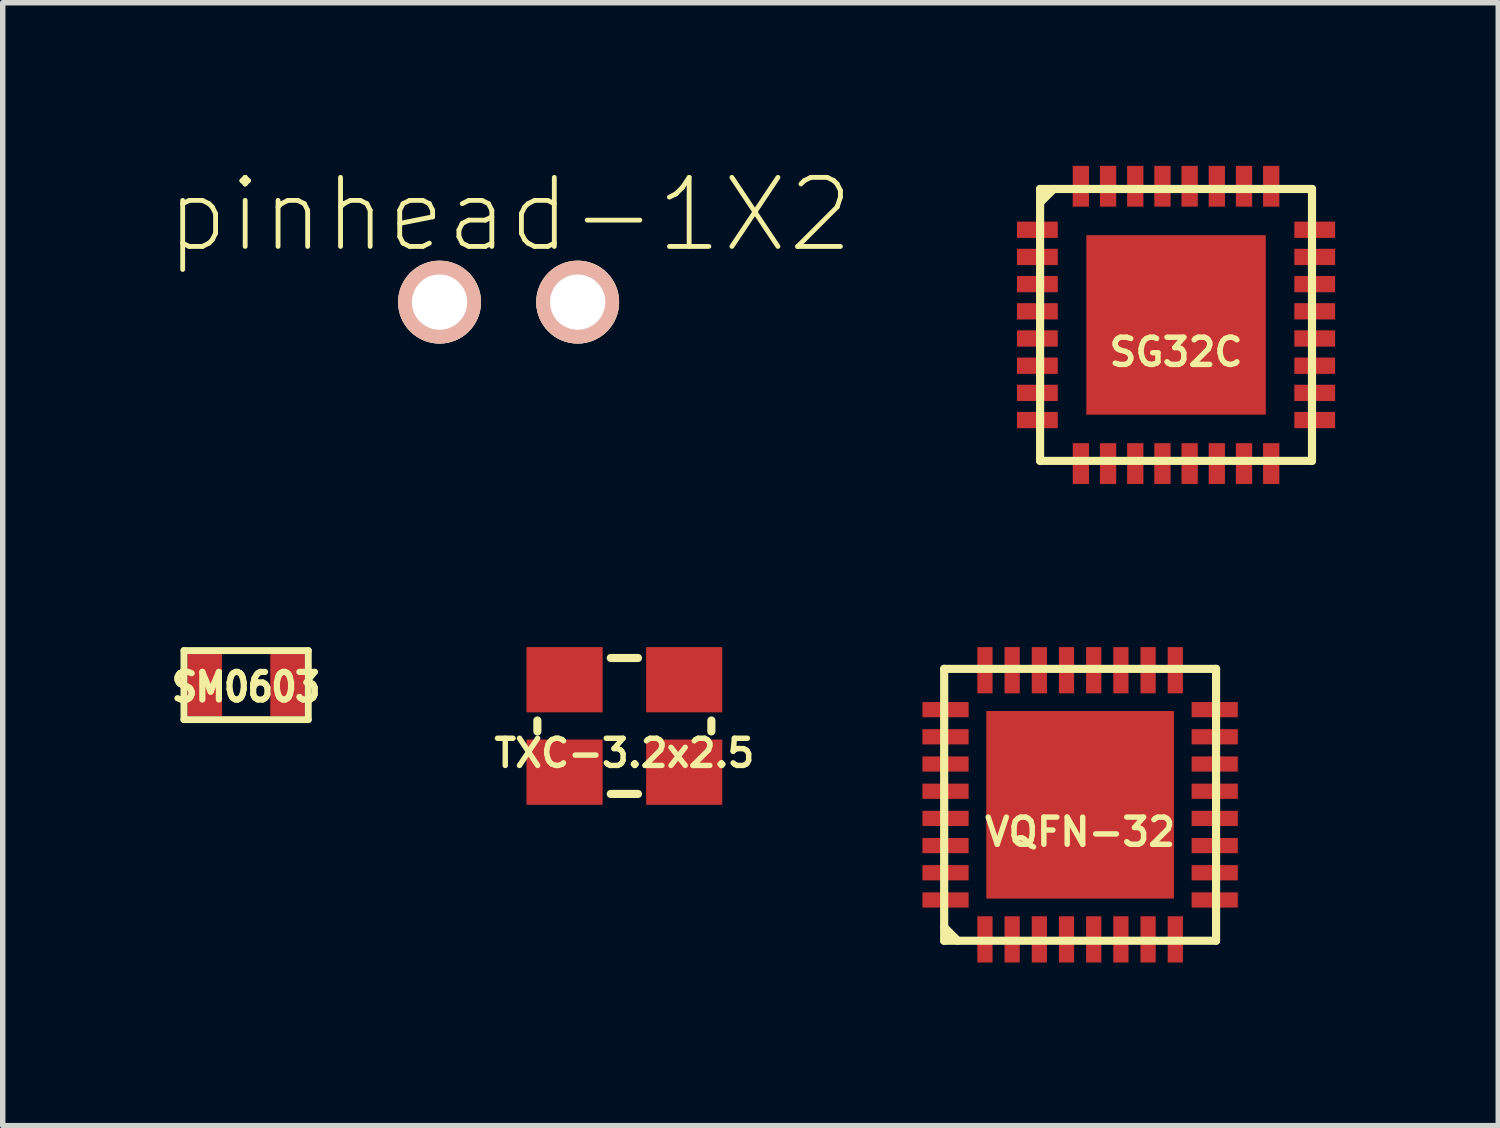
<source format=kicad_pcb>
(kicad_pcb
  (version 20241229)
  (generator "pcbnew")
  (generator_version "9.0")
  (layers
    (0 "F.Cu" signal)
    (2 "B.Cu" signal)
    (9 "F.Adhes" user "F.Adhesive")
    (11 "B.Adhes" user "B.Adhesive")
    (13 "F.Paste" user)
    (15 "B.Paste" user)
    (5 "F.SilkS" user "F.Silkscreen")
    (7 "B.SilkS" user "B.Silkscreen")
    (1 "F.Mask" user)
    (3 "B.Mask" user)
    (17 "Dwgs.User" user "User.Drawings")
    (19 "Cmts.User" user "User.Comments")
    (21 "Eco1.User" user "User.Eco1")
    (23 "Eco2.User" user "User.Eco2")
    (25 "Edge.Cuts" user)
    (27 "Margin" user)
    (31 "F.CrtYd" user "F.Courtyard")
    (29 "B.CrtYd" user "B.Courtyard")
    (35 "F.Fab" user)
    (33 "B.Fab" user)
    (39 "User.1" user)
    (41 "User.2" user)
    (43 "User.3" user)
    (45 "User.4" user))
  (footprint "SM0603"
    (layer "F.Cu")
    (at 1.476 9.549)
    (property "Reference" "SM0603" (at 0 0.036 0) (layer "F.SilkS") (effects (font (size 0.508 0.457) (thickness 0.114))))
    (attr smd)
    (fp_line (start -1.143 -0.635) (end 1.143 -0.635) (stroke (width 0.127) (type solid)) (layer "F.SilkS"))
    (fp_line (start -1.143 0.635) (end -1.143 -0.635) (stroke (width 0.127) (type solid)) (layer "F.SilkS"))
    (fp_line (start 1.143 -0.635) (end 1.143 0.635) (stroke (width 0.127) (type solid)) (layer "F.SilkS"))
    (fp_line (start 1.143 0.635) (end -1.143 0.635) (stroke (width 0.127) (type solid)) (layer "F.SilkS"))
    (pad "1" smd rect (at -0.762 0) (size 0.635 1.143) (layers "F.Cu" "F.Mask" "F.Paste"))
    (pad "2" smd rect (at 0.762 0) (size 0.635 1.143) (layers "F.Cu" "F.Mask" "F.Paste")))
  (footprint "VQFN-32"
    (layer "F.Cu")
    (at 16.813 11.75)
    (property "Reference" "VQFN-32" (at 0 0.5 0) (layer "F.SilkS") (effects (font (size 0.5 0.5) (thickness 0.1))))
    (attr through_hole)
    (fp_line (start -2.5 -2.5) (end -2.5 2.5) (stroke (width 0.15) (type solid)) (layer "F.SilkS"))
    (fp_line (start -2.5 -2.5) (end 2.5 -2.5) (stroke (width 0.15) (type solid)) (layer "F.SilkS"))
    (fp_line (start -2.5 2.25) (end -2.25 2.5) (stroke (width 0.15) (type solid)) (layer "F.SilkS"))
    (fp_line (start -2.5 2.5) (end 2.5 2.5) (stroke (width 0.15) (type solid)) (layer "F.SilkS"))
    (fp_line (start 2.5 -2.5) (end 2.5 2.5) (stroke (width 0.15) (type solid)) (layer "F.SilkS"))
    (pad "1" smd rect (at -1.75 2.475) (size 0.28 0.85) (layers "F.Cu" "F.Mask" "F.Paste"))
    (pad "2" smd rect (at -1.25 2.475) (size 0.28 0.85) (layers "F.Cu" "F.Mask" "F.Paste"))
    (pad "3" smd rect (at -0.75 2.475) (size 0.28 0.85) (layers "F.Cu" "F.Mask" "F.Paste"))
    (pad "4" smd rect (at -0.25 2.475) (size 0.28 0.85) (layers "F.Cu" "F.Mask" "F.Paste"))
    (pad "5" smd rect (at 0.25 2.475) (size 0.28 0.85) (layers "F.Cu" "F.Mask" "F.Paste"))
    (pad "6" smd rect (at 0.75 2.475) (size 0.28 0.85) (layers "F.Cu" "F.Mask" "F.Paste"))
    (pad "7" smd rect (at 1.25 2.475) (size 0.28 0.85) (layers "F.Cu" "F.Mask" "F.Paste"))
    (pad "8" smd rect (at 1.75 2.475) (size 0.28 0.85) (layers "F.Cu" "F.Mask" "F.Paste"))
    (pad "9" smd rect (at 2.475 1.75) (size 0.85 0.28) (layers "F.Cu" "F.Mask" "F.Paste"))
    (pad "10" smd rect (at 2.475 1.25) (size 0.85 0.28) (layers "F.Cu" "F.Mask" "F.Paste"))
    (pad "11" smd rect (at 2.475 0.75) (size 0.85 0.28) (layers "F.Cu" "F.Mask" "F.Paste"))
    (pad "12" smd rect (at 2.475 0.25) (size 0.85 0.28) (layers "F.Cu" "F.Mask" "F.Paste"))
    (pad "13" smd rect (at 2.475 -0.25) (size 0.85 0.28) (layers "F.Cu" "F.Mask" "F.Paste"))
    (pad "14" smd rect (at 2.475 -0.75) (size 0.85 0.28) (layers "F.Cu" "F.Mask" "F.Paste"))
    (pad "15" smd rect (at 2.475 -1.25) (size 0.85 0.28) (layers "F.Cu" "F.Mask" "F.Paste"))
    (pad "16" smd rect (at 2.475 -1.75) (size 0.85 0.28) (layers "F.Cu" "F.Mask" "F.Paste"))
    (pad "17" smd rect (at 1.75 -2.475) (size 0.28 0.85) (layers "F.Cu" "F.Mask" "F.Paste"))
    (pad "18" smd rect (at 1.25 -2.475) (size 0.28 0.85) (layers "F.Cu" "F.Mask" "F.Paste"))
    (pad "19" smd rect (at 0.75 -2.475) (size 0.28 0.85) (layers "F.Cu" "F.Mask" "F.Paste"))
    (pad "20" smd rect (at 0.25 -2.475) (size 0.28 0.85) (layers "F.Cu" "F.Mask" "F.Paste"))
    (pad "21" smd rect (at -0.25 -2.475) (size 0.28 0.85) (layers "F.Cu" "F.Mask" "F.Paste"))
    (pad "22" smd rect (at -0.75 -2.475) (size 0.28 0.85) (layers "F.Cu" "F.Mask" "F.Paste"))
    (pad "23" smd rect (at -1.25 -2.475) (size 0.28 0.85) (layers "F.Cu" "F.Mask" "F.Paste"))
    (pad "24" smd rect (at -1.75 -2.475) (size 0.28 0.85) (layers "F.Cu" "F.Mask" "F.Paste"))
    (pad "25" smd rect (at -2.475 -1.75) (size 0.85 0.28) (layers "F.Cu" "F.Mask" "F.Paste"))
    (pad "26" smd rect (at -2.475 -1.25) (size 0.85 0.28) (layers "F.Cu" "F.Mask" "F.Paste"))
    (pad "27" smd rect (at -2.475 -0.75) (size 0.85 0.28) (layers "F.Cu" "F.Mask" "F.Paste"))
    (pad "28" smd rect (at -2.475 -0.25) (size 0.85 0.28) (layers "F.Cu" "F.Mask" "F.Paste"))
    (pad "29" smd rect (at -2.475 0.25) (size 0.85 0.28) (layers "F.Cu" "F.Mask" "F.Paste"))
    (pad "30" smd rect (at -2.475 0.75) (size 0.85 0.28) (layers "F.Cu" "F.Mask" "F.Paste"))
    (pad "31" smd rect (at -2.475 1.25) (size 0.85 0.28) (layers "F.Cu" "F.Mask" "F.Paste"))
    (pad "32" smd rect (at -2.475 1.75) (size 0.85 0.28) (layers "F.Cu" "F.Mask" "F.Paste"))
    (pad "T" smd rect (at 0 0) (size 3.45 3.45) (layers "F.Cu" "F.Mask" "F.Paste")))
  (footprint "TXC-3.2x2.5"
    (layer "F.Cu")
    (at 8.432 10.3)
    (property "Reference" "TXC-3.2x2.5" (at 0 0.5 0) (layer "F.SilkS") (effects (font (size 0.5 0.5) (thickness 0.1))))
    (attr through_hole)
    (fp_line (start -1.6 0.1) (end -1.6 -0.1) (stroke (width 0.15) (type solid)) (layer "F.SilkS"))
    (fp_line (start -0.25 -1.25) (end 0.25 -1.25) (stroke (width 0.15) (type solid)) (layer "F.SilkS"))
    (fp_line (start -0.25 1.25) (end 0.25 1.25) (stroke (width 0.15) (type solid)) (layer "F.SilkS"))
    (fp_line (start 1.6 0.1) (end 1.6 -0.1) (stroke (width 0.15) (type solid)) (layer "F.SilkS"))
    (pad "1" smd rect (at -1.1 0.85) (size 1.4 1.2) (layers "F.Cu" "F.Mask" "F.Paste"))
    (pad "2" smd rect (at 1.1 0.85) (size 1.4 1.2) (layers "F.Cu" "F.Mask" "F.Paste"))
    (pad "3" smd rect (at 1.1 -0.85) (size 1.4 1.2) (layers "F.Cu" "F.Mask" "F.Paste"))
    (pad "4" smd rect (at -1.1 -0.85) (size 1.4 1.2) (layers "F.Cu" "F.Mask" "F.Paste")))
  (footprint "pinhead-1X2"
    (layer "F.Cu")
    (at 6.263 2.486)
    (property "Reference" "pinhead-1X2" (at 0.064 -1.587 0) (layer "F.SilkS") (effects (font (size 1.27 1.27) (thickness 0.089))))
    (attr exclude_from_pos_files exclude_from_bom)
    (pad "1" thru_hole circle (at -1.23 0.02) (size 1.524 1.524) (drill 1.016) (layers "*.Cu" "*.Paste" "*.SilkS" "*.Mask"))
    (pad "2" thru_hole circle (at 1.31 0.02) (size 1.524 1.524) (drill 1.016) (layers "*.Cu" "*.Paste" "*.SilkS" "*.Mask")))
  (footprint "SG32C"
    (layer "F.Cu")
    (at 18.577 2.925)
    (property "Reference" "SG32C" (at 0 0.5 0) (layer "F.SilkS") (effects (font (size 0.5 0.5) (thickness 0.1))))
    (attr through_hole)
    (fp_line (start -2.5 -2.5) (end -2.5 2.5) (stroke (width 0.15) (type solid)) (layer "F.SilkS"))
    (fp_line (start -2.5 -2.5) (end 2.5 -2.5) (stroke (width 0.15) (type solid)) (layer "F.SilkS"))
    (fp_line (start -2.5 -2.25) (end -2.25 -2.5) (stroke (width 0.15) (type solid)) (layer "F.SilkS"))
    (fp_line (start -2.5 2.5) (end 2.5 2.5) (stroke (width 0.15) (type solid)) (layer "F.SilkS"))
    (fp_line (start 2.5 -2.5) (end 2.5 2.5) (stroke (width 0.15) (type solid)) (layer "F.SilkS"))
    (pad "1" smd rect (at -2.55 -1.75) (size 0.75 0.3) (layers "F.Cu" "F.Mask" "F.Paste"))
    (pad "2" smd rect (at -2.55 -1.25) (size 0.75 0.3) (layers "F.Cu" "F.Mask" "F.Paste"))
    (pad "3" smd rect (at -2.55 -0.75) (size 0.75 0.3) (layers "F.Cu" "F.Mask" "F.Paste"))
    (pad "4" smd rect (at -2.55 -0.25) (size 0.75 0.3) (layers "F.Cu" "F.Mask" "F.Paste"))
    (pad "5" smd rect (at -2.55 0.25) (size 0.75 0.3) (layers "F.Cu" "F.Mask" "F.Paste"))
    (pad "6" smd rect (at -2.55 0.75) (size 0.75 0.3) (layers "F.Cu" "F.Mask" "F.Paste"))
    (pad "7" smd rect (at -2.55 1.25) (size 0.75 0.3) (layers "F.Cu" "F.Mask" "F.Paste"))
    (pad "8" smd rect (at -2.55 1.75) (size 0.75 0.3) (layers "F.Cu" "F.Mask" "F.Paste"))
    (pad "9" smd rect (at -1.75 2.55) (size 0.3 0.75) (layers "F.Cu" "F.Mask" "F.Paste"))
    (pad "10" smd rect (at -1.25 2.55) (size 0.3 0.75) (layers "F.Cu" "F.Mask" "F.Paste"))
    (pad "11" smd rect (at -0.75 2.55) (size 0.3 0.75) (layers "F.Cu" "F.Mask" "F.Paste"))
    (pad "12" smd rect (at -0.25 2.55) (size 0.3 0.75) (layers "F.Cu" "F.Mask" "F.Paste"))
    (pad "13" smd rect (at 0.25 2.55) (size 0.3 0.75) (layers "F.Cu" "F.Mask" "F.Paste"))
    (pad "14" smd rect (at 0.75 2.55) (size 0.3 0.75) (layers "F.Cu" "F.Mask" "F.Paste"))
    (pad "15" smd rect (at 1.25 2.55) (size 0.3 0.75) (layers "F.Cu" "F.Mask" "F.Paste"))
    (pad "16" smd rect (at 1.75 2.55) (size 0.3 0.75) (layers "F.Cu" "F.Mask" "F.Paste"))
    (pad "17" smd rect (at 2.55 1.75) (size 0.75 0.3) (layers "F.Cu" "F.Mask" "F.Paste"))
    (pad "18" smd rect (at 2.55 1.25) (size 0.75 0.3) (layers "F.Cu" "F.Mask" "F.Paste"))
    (pad "19" smd rect (at 2.55 0.75) (size 0.75 0.3) (layers "F.Cu" "F.Mask" "F.Paste"))
    (pad "20" smd rect (at 2.55 0.25) (size 0.75 0.3) (layers "F.Cu" "F.Mask" "F.Paste"))
    (pad "21" smd rect (at 2.55 -0.25) (size 0.75 0.3) (layers "F.Cu" "F.Mask" "F.Paste"))
    (pad "22" smd rect (at 2.55 -0.75) (size 0.75 0.3) (layers "F.Cu" "F.Mask" "F.Paste"))
    (pad "23" smd rect (at 2.55 -1.25) (size 0.75 0.3) (layers "F.Cu" "F.Mask" "F.Paste"))
    (pad "24" smd rect (at 2.55 -1.75) (size 0.75 0.3) (layers "F.Cu" "F.Mask" "F.Paste"))
    (pad "25" smd rect (at 1.75 -2.55) (size 0.3 0.75) (layers "F.Cu" "F.Mask" "F.Paste"))
    (pad "26" smd rect (at 1.25 -2.55) (size 0.3 0.75) (layers "F.Cu" "F.Mask" "F.Paste"))
    (pad "27" smd rect (at 0.75 -2.55) (size 0.3 0.75) (layers "F.Cu" "F.Mask" "F.Paste"))
    (pad "28" smd rect (at 0.25 -2.55) (size 0.3 0.75) (layers "F.Cu" "F.Mask" "F.Paste"))
    (pad "29" smd rect (at -0.25 -2.55) (size 0.3 0.75) (layers "F.Cu" "F.Mask" "F.Paste"))
    (pad "30" smd rect (at -0.75 -2.55) (size 0.3 0.75) (layers "F.Cu" "F.Mask" "F.Paste"))
    (pad "31" smd rect (at -1.25 -2.55) (size 0.3 0.75) (layers "F.Cu" "F.Mask" "F.Paste"))
    (pad "32" smd rect (at -1.75 -2.55) (size 0.3 0.75) (layers "F.Cu" "F.Mask" "F.Paste"))
    (pad "33" smd rect (at 0 0) (size 3.3 3.3) (layers "F.Cu" "F.Mask" "F.Paste")))
  (gr_rect
    (start -3 -3)
    (end 24.502 17.65)
    (stroke (width 0.1) (type default))
    (fill no)
    (layer "Edge.Cuts")))
</source>
